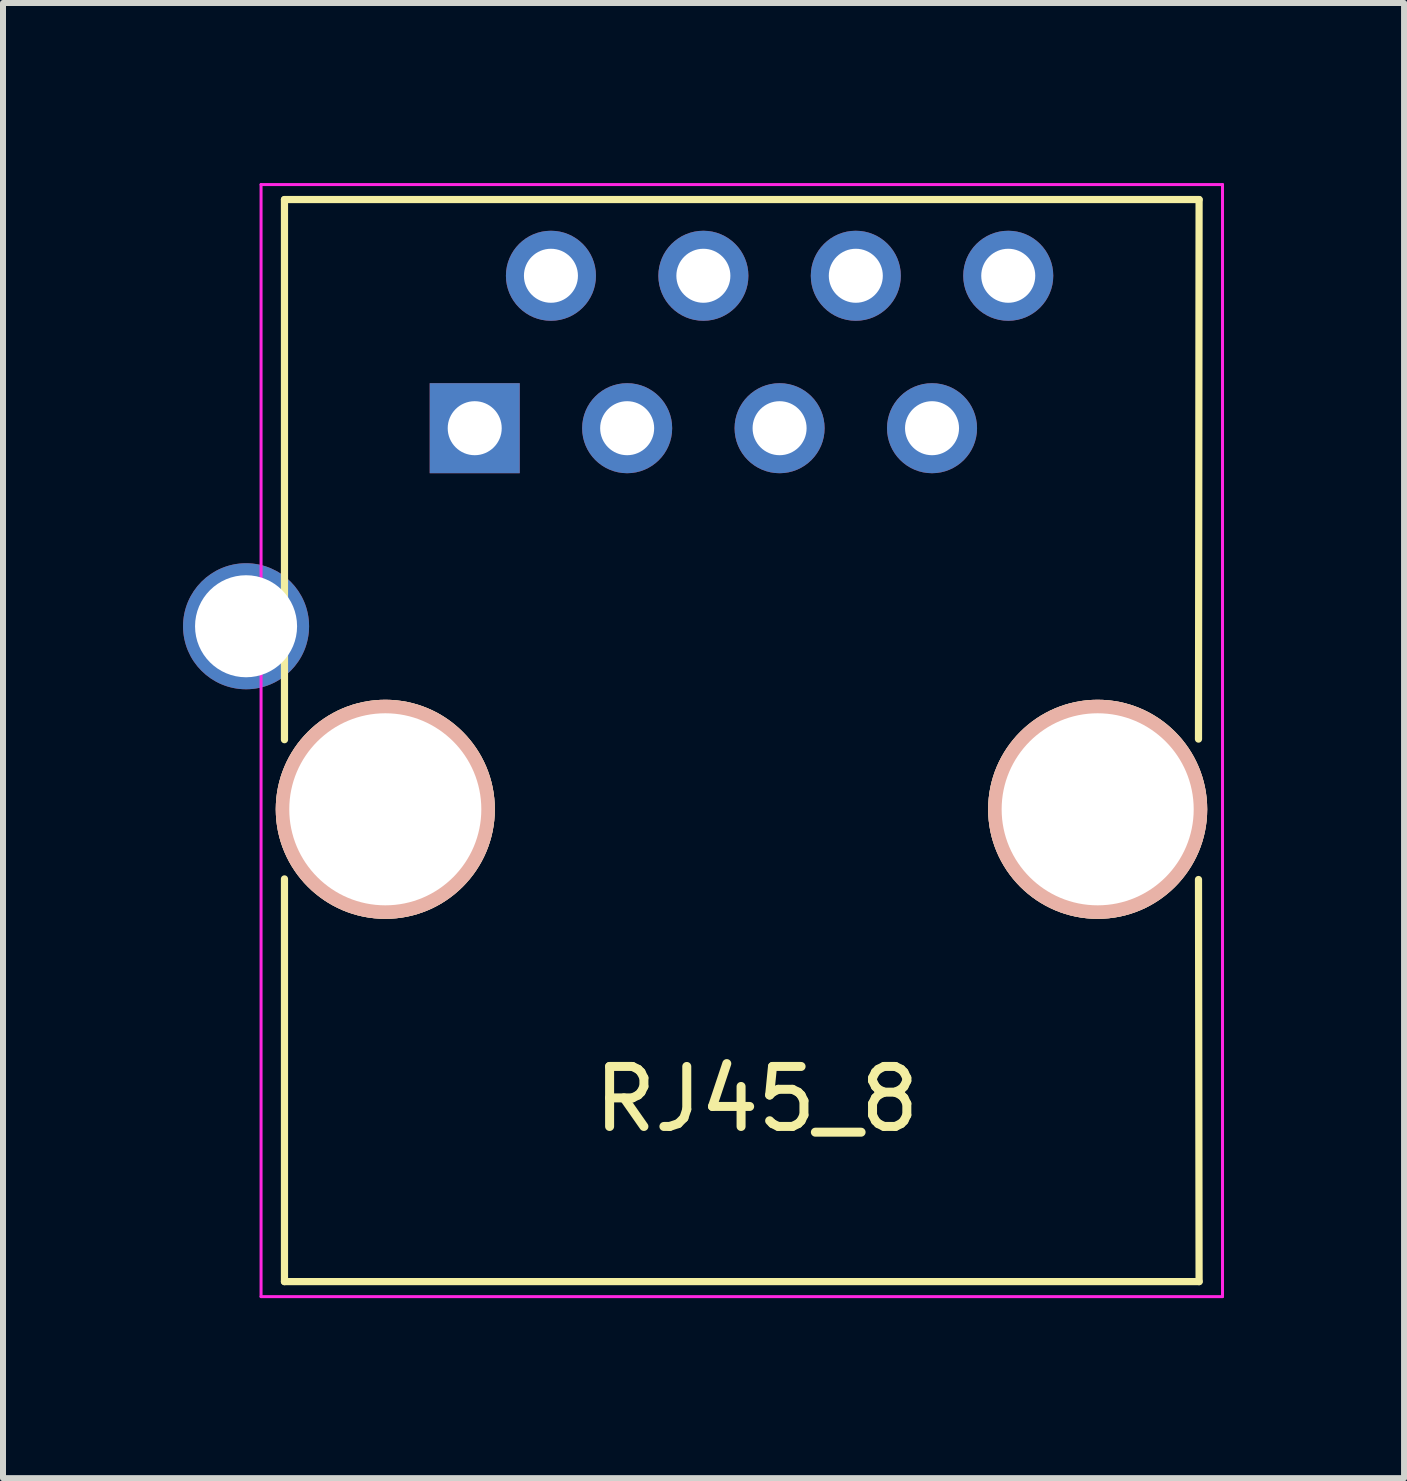
<source format=kicad_pcb>
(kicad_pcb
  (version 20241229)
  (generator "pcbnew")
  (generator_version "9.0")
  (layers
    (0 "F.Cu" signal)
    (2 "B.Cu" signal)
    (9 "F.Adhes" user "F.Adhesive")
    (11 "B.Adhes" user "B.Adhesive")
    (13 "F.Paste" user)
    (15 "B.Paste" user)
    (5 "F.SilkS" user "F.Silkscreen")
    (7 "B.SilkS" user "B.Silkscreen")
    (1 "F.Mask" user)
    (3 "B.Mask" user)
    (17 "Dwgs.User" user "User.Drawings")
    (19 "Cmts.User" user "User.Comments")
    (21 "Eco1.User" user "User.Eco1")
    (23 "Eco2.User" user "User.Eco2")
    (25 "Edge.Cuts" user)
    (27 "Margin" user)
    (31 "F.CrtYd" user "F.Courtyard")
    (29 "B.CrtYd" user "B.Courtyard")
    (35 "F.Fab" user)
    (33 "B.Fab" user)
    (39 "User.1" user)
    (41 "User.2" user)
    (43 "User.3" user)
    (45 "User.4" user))
  (footprint "RJ45_8"
    (layer "F.Cu")
    (at 4.86 4.085)
    (property "Reference" "RJ45_8" (at 4.7 11.18 0) (layer "F.SilkS") (effects (font (size 1 1) (thickness 0.15))))
    (attr through_hole)
    (fp_line (start -3.17 -3.81) (end -3.17 5.19) (stroke (width 0.12) (type solid)) (layer "F.SilkS"))
    (fp_line (start -3.17 7.51) (end -3.17 14.22) (stroke (width 0.12) (type solid)) (layer "F.SilkS"))
    (fp_line (start -3.17 14.22) (end 12.07 14.22) (stroke (width 0.12) (type solid)) (layer "F.SilkS"))
    (fp_line (start 12.06 7.52) (end 12.07 14.22) (stroke (width 0.12) (type solid)) (layer "F.SilkS"))
    (fp_line (start 12.07 -3.81) (end -3.17 -3.81) (stroke (width 0.12) (type solid)) (layer "F.SilkS"))
    (fp_line (start 12.07 -3.81) (end 12.06 5.18) (stroke (width 0.12) (type solid)) (layer "F.SilkS"))
    (fp_line (start -3.56 -4.06) (end -3.56 14.47) (stroke (width 0.05) (type solid)) (layer "F.CrtYd"))
    (fp_line (start -3.56 -4.06) (end 12.46 -4.06) (stroke (width 0.05) (type solid)) (layer "F.CrtYd"))
    (fp_line (start 12.46 14.47) (end -3.56 14.47) (stroke (width 0.05) (type solid)) (layer "F.CrtYd"))
    (fp_line (start 12.46 14.47) (end 12.46 -4.06) (stroke (width 0.05) (type solid)) (layer "F.CrtYd"))
    (pad "" np_thru_hole circle (at -1.49 6.35) (size 3.65 3.65) (drill 3.2) (layers "*.Cu" "*.SilkS" "*.Mask"))
    (pad "" np_thru_hole circle (at 10.38 6.35) (size 3.65 3.65) (drill 3.2) (layers "*.Cu" "*.SilkS" "*.Mask"))
    (pad "1" thru_hole rect (at 0 0) (size 1.5 1.5) (drill 0.9) (layers "*.Cu" "*.Mask"))
    (pad "2" thru_hole circle (at 1.27 -2.54) (size 1.5 1.5) (drill 0.9) (layers "*.Cu" "*.Mask"))
    (pad "3" thru_hole circle (at 2.54 0) (size 1.5 1.5) (drill 0.9) (layers "*.Cu" "*.Mask"))
    (pad "4" thru_hole circle (at 3.81 -2.54) (size 1.5 1.5) (drill 0.9) (layers "*.Cu" "*.Mask"))
    (pad "5" thru_hole circle (at 5.08 0) (size 1.5 1.5) (drill 0.9) (layers "*.Cu" "*.Mask"))
    (pad "6" thru_hole circle (at 6.35 -2.54) (size 1.5 1.5) (drill 0.9) (layers "*.Cu" "*.Mask"))
    (pad "7" thru_hole circle (at 7.62 0) (size 1.5 1.5) (drill 0.9) (layers "*.Cu" "*.Mask"))
    (pad "8" thru_hole circle (at 8.89 -2.54) (size 1.5 1.5) (drill 0.9) (layers "*.Cu" "*.Mask"))
    (pad "9" thru_hole circle (at -3.81 3.3) (size 2.1 2.1) (drill 1.7) (layers "*.Cu" "*.Mask")))
  (gr_rect
    (start -3 -3)
    (end 20.345 21.58)
    (stroke (width 0.1) (type default))
    (fill no)
    (layer "Edge.Cuts")))
</source>
